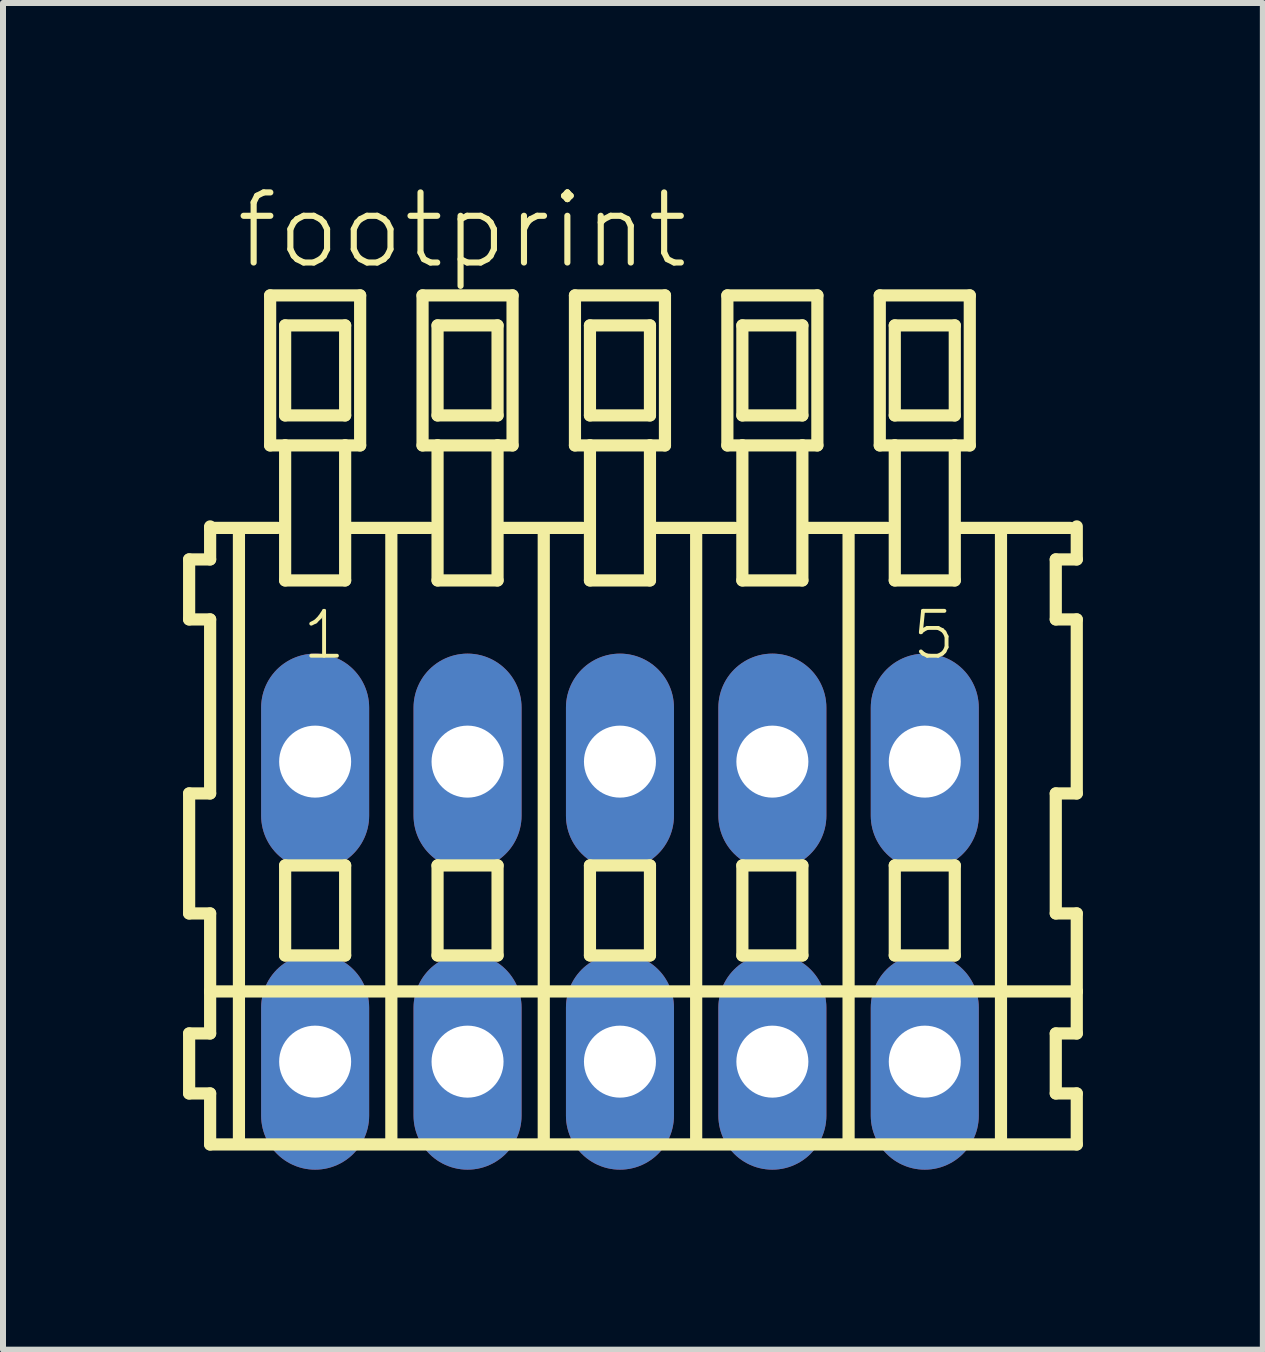
<source format=kicad_pcb>
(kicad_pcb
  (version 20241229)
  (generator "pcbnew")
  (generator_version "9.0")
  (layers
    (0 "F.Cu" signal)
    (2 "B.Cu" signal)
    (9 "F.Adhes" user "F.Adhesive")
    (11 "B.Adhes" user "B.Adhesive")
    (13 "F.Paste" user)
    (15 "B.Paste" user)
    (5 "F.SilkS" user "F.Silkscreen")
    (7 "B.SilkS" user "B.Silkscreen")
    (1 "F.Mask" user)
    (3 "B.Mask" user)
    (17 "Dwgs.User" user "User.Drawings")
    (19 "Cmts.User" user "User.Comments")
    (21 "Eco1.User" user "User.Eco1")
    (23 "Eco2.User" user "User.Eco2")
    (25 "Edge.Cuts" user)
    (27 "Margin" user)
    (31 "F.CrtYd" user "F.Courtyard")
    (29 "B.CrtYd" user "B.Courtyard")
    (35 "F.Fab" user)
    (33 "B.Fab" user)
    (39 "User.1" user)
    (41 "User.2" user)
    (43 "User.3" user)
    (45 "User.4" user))
  (footprint "footprint"
    (layer "F.Cu")
    (at 7.282 12.143)
    (property "Reference" "footprint" (at -6.45 -10.67 0) (layer "F.SilkS") (effects (font (size 1.168 1.168) (thickness 0.102)) (justify left bottom)))
    (fp_line (start -7.18 -5.87) (end -7.18 -4.87) (stroke (width 0.203) (type solid)) (layer "F.SilkS"))
    (fp_line (start -7.18 -4.87) (end -6.83 -4.87) (stroke (width 0.203) (type solid)) (layer "F.SilkS"))
    (fp_line (start -7.18 -1.97) (end -7.18 0.03) (stroke (width 0.203) (type solid)) (layer "F.SilkS"))
    (fp_line (start -7.18 0.03) (end -6.83 0.03) (stroke (width 0.203) (type solid)) (layer "F.SilkS"))
    (fp_line (start -7.18 2.03) (end -7.18 3.03) (stroke (width 0.203) (type solid)) (layer "F.SilkS"))
    (fp_line (start -7.18 3.03) (end -6.83 3.03) (stroke (width 0.203) (type solid)) (layer "F.SilkS"))
    (fp_line (start -6.83 -6.42) (end -6.83 -6.395) (stroke (width 0.203) (type solid)) (layer "F.SilkS"))
    (fp_line (start -6.83 -6.395) (end -6.83 -5.87) (stroke (width 0.203) (type solid)) (layer "F.SilkS"))
    (fp_line (start -6.83 -6.395) (end -5.705 -6.395) (stroke (width 0.203) (type solid)) (layer "F.SilkS"))
    (fp_line (start -6.83 -5.87) (end -7.18 -5.87) (stroke (width 0.203) (type solid)) (layer "F.SilkS"))
    (fp_line (start -6.83 -4.87) (end -6.83 -1.97) (stroke (width 0.203) (type solid)) (layer "F.SilkS"))
    (fp_line (start -6.83 -1.97) (end -7.18 -1.97) (stroke (width 0.203) (type solid)) (layer "F.SilkS"))
    (fp_line (start -6.83 0.03) (end -6.83 1.33) (stroke (width 0.203) (type solid)) (layer "F.SilkS"))
    (fp_line (start -6.83 1.33) (end -6.83 2.03) (stroke (width 0.203) (type solid)) (layer "F.SilkS"))
    (fp_line (start -6.83 1.33) (end 7.613 1.33) (stroke (width 0.203) (type solid)) (layer "F.SilkS"))
    (fp_line (start -6.83 2.03) (end -7.18 2.03) (stroke (width 0.203) (type solid)) (layer "F.SilkS"))
    (fp_line (start -6.83 3.03) (end -6.83 3.88) (stroke (width 0.203) (type solid)) (layer "F.SilkS"))
    (fp_line (start -6.83 3.88) (end 7.613 3.88) (stroke (width 0.203) (type solid)) (layer "F.SilkS"))
    (fp_line (start -6.35 3.83) (end -6.35 -6.33) (stroke (width 0.203) (type solid)) (layer "F.SilkS"))
    (fp_line (start -5.83 -10.27) (end -5.83 -7.77) (stroke (width 0.203) (type solid)) (layer "F.SilkS"))
    (fp_line (start -5.83 -7.77) (end -5.58 -7.77) (stroke (width 0.203) (type solid)) (layer "F.SilkS"))
    (fp_line (start -5.58 -9.77) (end -5.58 -8.27) (stroke (width 0.203) (type solid)) (layer "F.SilkS"))
    (fp_line (start -5.58 -8.27) (end -4.58 -8.27) (stroke (width 0.203) (type solid)) (layer "F.SilkS"))
    (fp_line (start -5.58 -7.77) (end -5.58 -5.52) (stroke (width 0.203) (type solid)) (layer "F.SilkS"))
    (fp_line (start -5.58 -7.77) (end -4.58 -7.77) (stroke (width 0.203) (type solid)) (layer "F.SilkS"))
    (fp_line (start -5.58 -5.52) (end -4.58 -5.52) (stroke (width 0.203) (type solid)) (layer "F.SilkS"))
    (fp_line (start -5.58 -0.77) (end -5.58 0.73) (stroke (width 0.203) (type solid)) (layer "F.SilkS"))
    (fp_line (start -5.58 0.73) (end -4.58 0.73) (stroke (width 0.203) (type solid)) (layer "F.SilkS"))
    (fp_line (start -4.58 -9.77) (end -5.58 -9.77) (stroke (width 0.203) (type solid)) (layer "F.SilkS"))
    (fp_line (start -4.58 -8.27) (end -4.58 -9.77) (stroke (width 0.203) (type solid)) (layer "F.SilkS"))
    (fp_line (start -4.58 -7.77) (end -4.33 -7.77) (stroke (width 0.203) (type solid)) (layer "F.SilkS"))
    (fp_line (start -4.58 -5.52) (end -4.58 -7.77) (stroke (width 0.203) (type solid)) (layer "F.SilkS"))
    (fp_line (start -4.58 -0.77) (end -5.58 -0.77) (stroke (width 0.203) (type solid)) (layer "F.SilkS"))
    (fp_line (start -4.58 0.73) (end -4.58 -0.77) (stroke (width 0.203) (type solid)) (layer "F.SilkS"))
    (fp_line (start -4.544 -6.395) (end -3.165 -6.395) (stroke (width 0.203) (type solid)) (layer "F.SilkS"))
    (fp_line (start -4.33 -10.27) (end -5.83 -10.27) (stroke (width 0.203) (type solid)) (layer "F.SilkS"))
    (fp_line (start -4.33 -7.77) (end -4.33 -10.27) (stroke (width 0.203) (type solid)) (layer "F.SilkS"))
    (fp_line (start -3.81 3.83) (end -3.81 -6.33) (stroke (width 0.203) (type solid)) (layer "F.SilkS"))
    (fp_line (start -3.29 -10.27) (end -3.29 -7.77) (stroke (width 0.203) (type solid)) (layer "F.SilkS"))
    (fp_line (start -3.29 -7.77) (end -3.04 -7.77) (stroke (width 0.203) (type solid)) (layer "F.SilkS"))
    (fp_line (start -3.04 -9.77) (end -3.04 -8.27) (stroke (width 0.203) (type solid)) (layer "F.SilkS"))
    (fp_line (start -3.04 -8.27) (end -2.04 -8.27) (stroke (width 0.203) (type solid)) (layer "F.SilkS"))
    (fp_line (start -3.04 -7.77) (end -3.04 -5.52) (stroke (width 0.203) (type solid)) (layer "F.SilkS"))
    (fp_line (start -3.04 -7.77) (end -2.04 -7.77) (stroke (width 0.203) (type solid)) (layer "F.SilkS"))
    (fp_line (start -3.04 -5.52) (end -2.04 -5.52) (stroke (width 0.203) (type solid)) (layer "F.SilkS"))
    (fp_line (start -3.04 -0.77) (end -3.04 0.73) (stroke (width 0.203) (type solid)) (layer "F.SilkS"))
    (fp_line (start -3.04 0.73) (end -2.04 0.73) (stroke (width 0.203) (type solid)) (layer "F.SilkS"))
    (fp_line (start -2.04 -9.77) (end -3.04 -9.77) (stroke (width 0.203) (type solid)) (layer "F.SilkS"))
    (fp_line (start -2.04 -8.27) (end -2.04 -9.77) (stroke (width 0.203) (type solid)) (layer "F.SilkS"))
    (fp_line (start -2.04 -7.77) (end -1.79 -7.77) (stroke (width 0.203) (type solid)) (layer "F.SilkS"))
    (fp_line (start -2.04 -5.52) (end -2.04 -7.77) (stroke (width 0.203) (type solid)) (layer "F.SilkS"))
    (fp_line (start -2.04 -0.77) (end -3.04 -0.77) (stroke (width 0.203) (type solid)) (layer "F.SilkS"))
    (fp_line (start -2.04 0.73) (end -2.04 -0.77) (stroke (width 0.203) (type solid)) (layer "F.SilkS"))
    (fp_line (start -2.004 -6.395) (end -0.625 -6.395) (stroke (width 0.203) (type solid)) (layer "F.SilkS"))
    (fp_line (start -1.79 -10.27) (end -3.29 -10.27) (stroke (width 0.203) (type solid)) (layer "F.SilkS"))
    (fp_line (start -1.79 -7.77) (end -1.79 -10.27) (stroke (width 0.203) (type solid)) (layer "F.SilkS"))
    (fp_line (start -1.27 3.83) (end -1.27 -6.33) (stroke (width 0.203) (type solid)) (layer "F.SilkS"))
    (fp_line (start -0.75 -10.27) (end -0.75 -7.77) (stroke (width 0.203) (type solid)) (layer "F.SilkS"))
    (fp_line (start -0.75 -7.77) (end -0.5 -7.77) (stroke (width 0.203) (type solid)) (layer "F.SilkS"))
    (fp_line (start -0.5 -9.77) (end -0.5 -8.27) (stroke (width 0.203) (type solid)) (layer "F.SilkS"))
    (fp_line (start -0.5 -8.27) (end 0.5 -8.27) (stroke (width 0.203) (type solid)) (layer "F.SilkS"))
    (fp_line (start -0.5 -7.77) (end -0.5 -5.52) (stroke (width 0.203) (type solid)) (layer "F.SilkS"))
    (fp_line (start -0.5 -7.77) (end 0.5 -7.77) (stroke (width 0.203) (type solid)) (layer "F.SilkS"))
    (fp_line (start -0.5 -5.52) (end 0.5 -5.52) (stroke (width 0.203) (type solid)) (layer "F.SilkS"))
    (fp_line (start -0.5 -0.77) (end -0.5 0.73) (stroke (width 0.203) (type solid)) (layer "F.SilkS"))
    (fp_line (start -0.5 0.73) (end 0.5 0.73) (stroke (width 0.203) (type solid)) (layer "F.SilkS"))
    (fp_line (start 0.5 -9.77) (end -0.5 -9.77) (stroke (width 0.203) (type solid)) (layer "F.SilkS"))
    (fp_line (start 0.5 -8.27) (end 0.5 -9.77) (stroke (width 0.203) (type solid)) (layer "F.SilkS"))
    (fp_line (start 0.5 -7.77) (end 0.75 -7.77) (stroke (width 0.203) (type solid)) (layer "F.SilkS"))
    (fp_line (start 0.5 -5.52) (end 0.5 -7.77) (stroke (width 0.203) (type solid)) (layer "F.SilkS"))
    (fp_line (start 0.5 -0.77) (end -0.5 -0.77) (stroke (width 0.203) (type solid)) (layer "F.SilkS"))
    (fp_line (start 0.5 0.73) (end 0.5 -0.77) (stroke (width 0.203) (type solid)) (layer "F.SilkS"))
    (fp_line (start 0.536 -6.395) (end 1.915 -6.395) (stroke (width 0.203) (type solid)) (layer "F.SilkS"))
    (fp_line (start 0.75 -10.27) (end -0.75 -10.27) (stroke (width 0.203) (type solid)) (layer "F.SilkS"))
    (fp_line (start 0.75 -7.77) (end 0.75 -10.27) (stroke (width 0.203) (type solid)) (layer "F.SilkS"))
    (fp_line (start 1.27 3.83) (end 1.27 -6.33) (stroke (width 0.203) (type solid)) (layer "F.SilkS"))
    (fp_line (start 1.79 -10.27) (end 1.79 -7.77) (stroke (width 0.203) (type solid)) (layer "F.SilkS"))
    (fp_line (start 1.79 -7.77) (end 2.04 -7.77) (stroke (width 0.203) (type solid)) (layer "F.SilkS"))
    (fp_line (start 2.04 -9.77) (end 2.04 -8.27) (stroke (width 0.203) (type solid)) (layer "F.SilkS"))
    (fp_line (start 2.04 -8.27) (end 3.04 -8.27) (stroke (width 0.203) (type solid)) (layer "F.SilkS"))
    (fp_line (start 2.04 -7.77) (end 2.04 -5.52) (stroke (width 0.203) (type solid)) (layer "F.SilkS"))
    (fp_line (start 2.04 -7.77) (end 3.04 -7.77) (stroke (width 0.203) (type solid)) (layer "F.SilkS"))
    (fp_line (start 2.04 -5.52) (end 3.04 -5.52) (stroke (width 0.203) (type solid)) (layer "F.SilkS"))
    (fp_line (start 2.04 -0.77) (end 2.04 0.73) (stroke (width 0.203) (type solid)) (layer "F.SilkS"))
    (fp_line (start 2.04 0.73) (end 3.04 0.73) (stroke (width 0.203) (type solid)) (layer "F.SilkS"))
    (fp_line (start 3.04 -9.77) (end 2.04 -9.77) (stroke (width 0.203) (type solid)) (layer "F.SilkS"))
    (fp_line (start 3.04 -8.27) (end 3.04 -9.77) (stroke (width 0.203) (type solid)) (layer "F.SilkS"))
    (fp_line (start 3.04 -7.77) (end 3.29 -7.77) (stroke (width 0.203) (type solid)) (layer "F.SilkS"))
    (fp_line (start 3.04 -5.52) (end 3.04 -7.77) (stroke (width 0.203) (type solid)) (layer "F.SilkS"))
    (fp_line (start 3.04 -0.77) (end 2.04 -0.77) (stroke (width 0.203) (type solid)) (layer "F.SilkS"))
    (fp_line (start 3.04 0.73) (end 3.04 -0.77) (stroke (width 0.203) (type solid)) (layer "F.SilkS"))
    (fp_line (start 3.076 -6.395) (end 4.455 -6.395) (stroke (width 0.203) (type solid)) (layer "F.SilkS"))
    (fp_line (start 3.29 -10.27) (end 1.79 -10.27) (stroke (width 0.203) (type solid)) (layer "F.SilkS"))
    (fp_line (start 3.29 -7.77) (end 3.29 -10.27) (stroke (width 0.203) (type solid)) (layer "F.SilkS"))
    (fp_line (start 3.81 3.83) (end 3.81 -6.33) (stroke (width 0.203) (type solid)) (layer "F.SilkS"))
    (fp_line (start 4.33 -10.27) (end 4.33 -7.77) (stroke (width 0.203) (type solid)) (layer "F.SilkS"))
    (fp_line (start 4.33 -7.77) (end 4.58 -7.77) (stroke (width 0.203) (type solid)) (layer "F.SilkS"))
    (fp_line (start 4.58 -9.77) (end 4.58 -8.27) (stroke (width 0.203) (type solid)) (layer "F.SilkS"))
    (fp_line (start 4.58 -8.27) (end 5.58 -8.27) (stroke (width 0.203) (type solid)) (layer "F.SilkS"))
    (fp_line (start 4.58 -7.77) (end 4.58 -5.52) (stroke (width 0.203) (type solid)) (layer "F.SilkS"))
    (fp_line (start 4.58 -7.77) (end 5.58 -7.77) (stroke (width 0.203) (type solid)) (layer "F.SilkS"))
    (fp_line (start 4.58 -5.52) (end 5.58 -5.52) (stroke (width 0.203) (type solid)) (layer "F.SilkS"))
    (fp_line (start 4.58 -0.77) (end 4.58 0.73) (stroke (width 0.203) (type solid)) (layer "F.SilkS"))
    (fp_line (start 4.58 0.73) (end 5.58 0.73) (stroke (width 0.203) (type solid)) (layer "F.SilkS"))
    (fp_line (start 5.58 -9.77) (end 4.58 -9.77) (stroke (width 0.203) (type solid)) (layer "F.SilkS"))
    (fp_line (start 5.58 -8.27) (end 5.58 -9.77) (stroke (width 0.203) (type solid)) (layer "F.SilkS"))
    (fp_line (start 5.58 -7.77) (end 5.83 -7.77) (stroke (width 0.203) (type solid)) (layer "F.SilkS"))
    (fp_line (start 5.58 -5.52) (end 5.58 -7.77) (stroke (width 0.203) (type solid)) (layer "F.SilkS"))
    (fp_line (start 5.58 -0.77) (end 4.58 -0.77) (stroke (width 0.203) (type solid)) (layer "F.SilkS"))
    (fp_line (start 5.58 0.73) (end 5.58 -0.77) (stroke (width 0.203) (type solid)) (layer "F.SilkS"))
    (fp_line (start 5.616 -6.395) (end 7.503 -6.395) (stroke (width 0.203) (type solid)) (layer "F.SilkS"))
    (fp_line (start 5.83 -10.27) (end 4.33 -10.27) (stroke (width 0.203) (type solid)) (layer "F.SilkS"))
    (fp_line (start 5.83 -7.77) (end 5.83 -10.27) (stroke (width 0.203) (type solid)) (layer "F.SilkS"))
    (fp_line (start 6.35 3.83) (end 6.35 -6.33) (stroke (width 0.203) (type solid)) (layer "F.SilkS"))
    (fp_line (start 7.263 -5.87) (end 7.263 -4.87) (stroke (width 0.203) (type solid)) (layer "F.SilkS"))
    (fp_line (start 7.263 -4.87) (end 7.613 -4.87) (stroke (width 0.203) (type solid)) (layer "F.SilkS"))
    (fp_line (start 7.263 -1.97) (end 7.263 0.03) (stroke (width 0.203) (type solid)) (layer "F.SilkS"))
    (fp_line (start 7.263 0.03) (end 7.613 0.03) (stroke (width 0.203) (type solid)) (layer "F.SilkS"))
    (fp_line (start 7.263 2.03) (end 7.263 3.03) (stroke (width 0.203) (type solid)) (layer "F.SilkS"))
    (fp_line (start 7.263 3.03) (end 7.613 3.03) (stroke (width 0.203) (type solid)) (layer "F.SilkS"))
    (fp_line (start 7.613 -5.87) (end 7.263 -5.87) (stroke (width 0.203) (type solid)) (layer "F.SilkS"))
    (fp_line (start 7.613 -5.87) (end 7.613 -6.42) (stroke (width 0.203) (type solid)) (layer "F.SilkS"))
    (fp_line (start 7.613 -1.97) (end 7.263 -1.97) (stroke (width 0.203) (type solid)) (layer "F.SilkS"))
    (fp_line (start 7.613 -1.97) (end 7.613 -4.87) (stroke (width 0.203) (type solid)) (layer "F.SilkS"))
    (fp_line (start 7.613 1.33) (end 7.613 0.03) (stroke (width 0.203) (type solid)) (layer "F.SilkS"))
    (fp_line (start 7.613 2.03) (end 7.263 2.03) (stroke (width 0.203) (type solid)) (layer "F.SilkS"))
    (fp_line (start 7.613 2.03) (end 7.613 1.33) (stroke (width 0.203) (type solid)) (layer "F.SilkS"))
    (fp_line (start 7.613 3.88) (end 7.613 3.03) (stroke (width 0.203) (type solid)) (layer "F.SilkS"))
    (fp_text user "5" (at 4.83 -4.17 0) (layer "F.SilkS") (effects (font (size 0.748 0.748) (thickness 0.065)) (justify left bottom)))
    (fp_text user "1" (at -5.33 -4.17 0) (layer "F.SilkS") (effects (font (size 0.748 0.748) (thickness 0.065)) (justify left bottom)))
    (pad "A1" thru_hole oval (at -5.08 -2.5 90) (size 3.6 1.8) (drill 1.2) (layers "*.Cu" "*.Mask"))
    (pad "A2" thru_hole oval (at -2.54 -2.5 90) (size 3.6 1.8) (drill 1.2) (layers "*.Cu" "*.Mask"))
    (pad "A3" thru_hole oval (at 0 -2.5 90) (size 3.6 1.8) (drill 1.2) (layers "*.Cu" "*.Mask"))
    (pad "A4" thru_hole oval (at 2.54 -2.5 90) (size 3.6 1.8) (drill 1.2) (layers "*.Cu" "*.Mask"))
    (pad "A5" thru_hole oval (at 5.08 -2.5 90) (size 3.6 1.8) (drill 1.2) (layers "*.Cu" "*.Mask"))
    (pad "B1" thru_hole oval (at -5.08 2.5 90) (size 3.6 1.8) (drill 1.2) (layers "*.Cu" "*.Mask"))
    (pad "B2" thru_hole oval (at -2.54 2.5 90) (size 3.6 1.8) (drill 1.2) (layers "*.Cu" "*.Mask"))
    (pad "B3" thru_hole oval (at 0 2.5 90) (size 3.6 1.8) (drill 1.2) (layers "*.Cu" "*.Mask"))
    (pad "B4" thru_hole oval (at 2.54 2.5 90) (size 3.6 1.8) (drill 1.2) (layers "*.Cu" "*.Mask"))
    (pad "B5" thru_hole oval (at 5.08 2.5 90) (size 3.6 1.8) (drill 1.2) (layers "*.Cu" "*.Mask")))
  (gr_rect
    (start -3 -3)
    (end 17.996 19.443)
    (stroke (width 0.1) (type default))
    (fill no)
    (layer "Edge.Cuts")))
</source>
